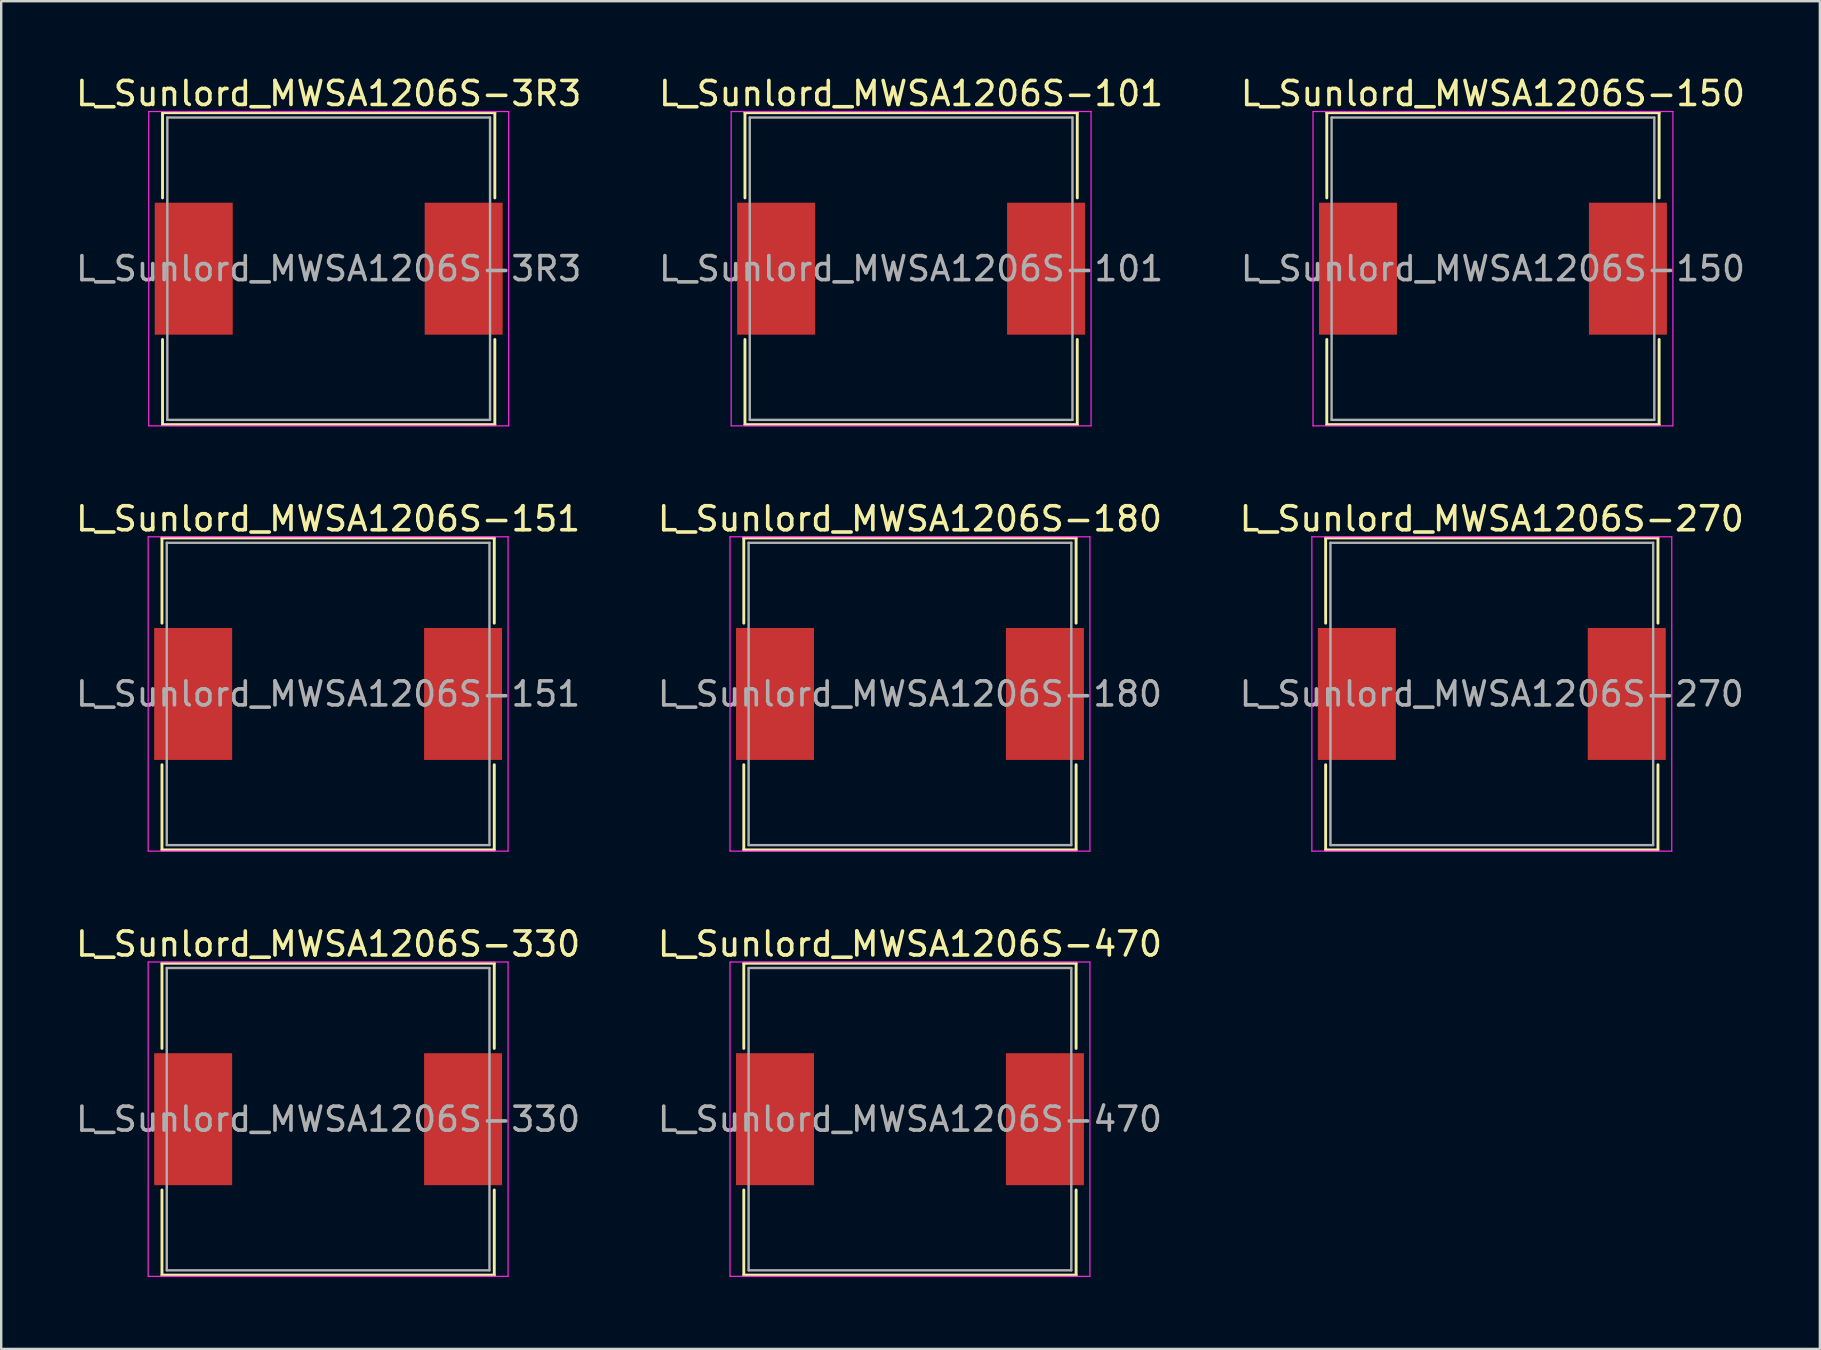
<source format=kicad_pcb>
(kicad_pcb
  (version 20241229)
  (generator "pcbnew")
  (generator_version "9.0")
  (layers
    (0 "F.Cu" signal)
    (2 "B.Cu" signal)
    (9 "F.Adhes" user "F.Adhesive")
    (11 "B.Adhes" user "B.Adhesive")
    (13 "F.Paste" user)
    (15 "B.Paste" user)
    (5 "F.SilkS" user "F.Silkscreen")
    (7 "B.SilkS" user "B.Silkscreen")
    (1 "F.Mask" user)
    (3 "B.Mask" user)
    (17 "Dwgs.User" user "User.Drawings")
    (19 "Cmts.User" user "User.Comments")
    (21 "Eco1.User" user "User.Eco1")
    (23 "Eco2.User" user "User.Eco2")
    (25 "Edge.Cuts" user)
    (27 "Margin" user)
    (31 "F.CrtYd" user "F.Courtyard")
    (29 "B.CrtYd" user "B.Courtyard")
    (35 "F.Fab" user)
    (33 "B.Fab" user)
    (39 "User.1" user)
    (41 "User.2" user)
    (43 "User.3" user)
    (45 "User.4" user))
  (footprint "L_Sunlord_MWSA1206S-151"
    (layer "F.Cu")
    (at 10.625 25.872)
    (property "Reference" "L_Sunlord_MWSA1206S-151" (at 0 -7.3 0) (layer "F.SilkS") (effects (font (size 1 1) (thickness 0.15))))
    (attr smd)
    (fp_line (start -6.925 -6.5) (end -6.925 -2.95) (stroke (width 0.12) (type solid)) (layer "F.SilkS"))
    (fp_line (start -6.925 -6.5) (end 6.925 -6.5) (stroke (width 0.12) (type solid)) (layer "F.SilkS"))
    (fp_line (start -6.925 6.5) (end -6.925 2.95) (stroke (width 0.12) (type solid)) (layer "F.SilkS"))
    (fp_line (start -6.925 6.5) (end 6.925 6.5) (stroke (width 0.12) (type solid)) (layer "F.SilkS"))
    (fp_line (start 6.925 -6.5) (end 6.925 -2.95) (stroke (width 0.12) (type solid)) (layer "F.SilkS"))
    (fp_line (start 6.925 6.5) (end 6.925 2.95) (stroke (width 0.12) (type solid)) (layer "F.SilkS"))
    (fp_line (start -7.5 -6.55) (end -7.5 6.55) (stroke (width 0.05) (type solid)) (layer "F.CrtYd"))
    (fp_line (start -7.5 6.55) (end 7.5 6.55) (stroke (width 0.05) (type solid)) (layer "F.CrtYd"))
    (fp_line (start 7.5 -6.55) (end -7.5 -6.55) (stroke (width 0.05) (type solid)) (layer "F.CrtYd"))
    (fp_line (start 7.5 6.55) (end 7.5 -6.55) (stroke (width 0.05) (type solid)) (layer "F.CrtYd"))
    (fp_line (start -6.725 -6.3) (end -6.725 6.3) (stroke (width 0.1) (type solid)) (layer "F.Fab"))
    (fp_line (start -6.725 6.3) (end 6.725 6.3) (stroke (width 0.1) (type solid)) (layer "F.Fab"))
    (fp_line (start 6.725 -6.3) (end -6.725 -6.3) (stroke (width 0.1) (type solid)) (layer "F.Fab"))
    (fp_line (start 6.725 6.3) (end 6.725 -6.3) (stroke (width 0.1) (type solid)) (layer "F.Fab"))
    (fp_text user "${REFERENCE}" (at 0 0 0) (layer "F.Fab") (effects (font (size 1 1) (thickness 0.15))))
    (pad "1" smd rect (at -5.625 0) (size 3.25 5.5) (layers "F.Cu" "F.Mask" "F.Paste"))
    (pad "2" smd rect (at 5.625 0) (size 3.25 5.5) (layers "F.Cu" "F.Mask" "F.Paste")))
  (footprint "L_Sunlord_MWSA1206S-150"
    (layer "F.Cu")
    (at 59.173 8.148)
    (property "Reference" "L_Sunlord_MWSA1206S-150" (at 0 -7.3 0) (layer "F.SilkS") (effects (font (size 1 1) (thickness 0.15))))
    (attr smd)
    (fp_line (start -6.925 -6.5) (end -6.925 -2.95) (stroke (width 0.12) (type solid)) (layer "F.SilkS"))
    (fp_line (start -6.925 -6.5) (end 6.925 -6.5) (stroke (width 0.12) (type solid)) (layer "F.SilkS"))
    (fp_line (start -6.925 6.5) (end -6.925 2.95) (stroke (width 0.12) (type solid)) (layer "F.SilkS"))
    (fp_line (start -6.925 6.5) (end 6.925 6.5) (stroke (width 0.12) (type solid)) (layer "F.SilkS"))
    (fp_line (start 6.925 -6.5) (end 6.925 -2.95) (stroke (width 0.12) (type solid)) (layer "F.SilkS"))
    (fp_line (start 6.925 6.5) (end 6.925 2.95) (stroke (width 0.12) (type solid)) (layer "F.SilkS"))
    (fp_line (start -7.5 -6.55) (end -7.5 6.55) (stroke (width 0.05) (type solid)) (layer "F.CrtYd"))
    (fp_line (start -7.5 6.55) (end 7.5 6.55) (stroke (width 0.05) (type solid)) (layer "F.CrtYd"))
    (fp_line (start 7.5 -6.55) (end -7.5 -6.55) (stroke (width 0.05) (type solid)) (layer "F.CrtYd"))
    (fp_line (start 7.5 6.55) (end 7.5 -6.55) (stroke (width 0.05) (type solid)) (layer "F.CrtYd"))
    (fp_line (start -6.725 -6.3) (end -6.725 6.3) (stroke (width 0.1) (type solid)) (layer "F.Fab"))
    (fp_line (start -6.725 6.3) (end 6.725 6.3) (stroke (width 0.1) (type solid)) (layer "F.Fab"))
    (fp_line (start 6.725 -6.3) (end -6.725 -6.3) (stroke (width 0.1) (type solid)) (layer "F.Fab"))
    (fp_line (start 6.725 6.3) (end 6.725 -6.3) (stroke (width 0.1) (type solid)) (layer "F.Fab"))
    (fp_text user "${REFERENCE}" (at 0 0 0) (layer "F.Fab") (effects (font (size 1 1) (thickness 0.15))))
    (pad "1" smd rect (at -5.625 0) (size 3.25 5.5) (layers "F.Cu" "F.Mask" "F.Paste"))
    (pad "2" smd rect (at 5.625 0) (size 3.25 5.5) (layers "F.Cu" "F.Mask" "F.Paste")))
  (footprint "L_Sunlord_MWSA1206S-330"
    (layer "F.Cu")
    (at 10.625 43.595)
    (property "Reference" "L_Sunlord_MWSA1206S-330" (at 0 -7.3 0) (layer "F.SilkS") (effects (font (size 1 1) (thickness 0.15))))
    (attr smd)
    (fp_line (start -6.925 -6.5) (end -6.925 -2.95) (stroke (width 0.12) (type solid)) (layer "F.SilkS"))
    (fp_line (start -6.925 -6.5) (end 6.925 -6.5) (stroke (width 0.12) (type solid)) (layer "F.SilkS"))
    (fp_line (start -6.925 6.5) (end -6.925 2.95) (stroke (width 0.12) (type solid)) (layer "F.SilkS"))
    (fp_line (start -6.925 6.5) (end 6.925 6.5) (stroke (width 0.12) (type solid)) (layer "F.SilkS"))
    (fp_line (start 6.925 -6.5) (end 6.925 -2.95) (stroke (width 0.12) (type solid)) (layer "F.SilkS"))
    (fp_line (start 6.925 6.5) (end 6.925 2.95) (stroke (width 0.12) (type solid)) (layer "F.SilkS"))
    (fp_line (start -7.5 -6.55) (end -7.5 6.55) (stroke (width 0.05) (type solid)) (layer "F.CrtYd"))
    (fp_line (start -7.5 6.55) (end 7.5 6.55) (stroke (width 0.05) (type solid)) (layer "F.CrtYd"))
    (fp_line (start 7.5 -6.55) (end -7.5 -6.55) (stroke (width 0.05) (type solid)) (layer "F.CrtYd"))
    (fp_line (start 7.5 6.55) (end 7.5 -6.55) (stroke (width 0.05) (type solid)) (layer "F.CrtYd"))
    (fp_line (start -6.725 -6.3) (end -6.725 6.3) (stroke (width 0.1) (type solid)) (layer "F.Fab"))
    (fp_line (start -6.725 6.3) (end 6.725 6.3) (stroke (width 0.1) (type solid)) (layer "F.Fab"))
    (fp_line (start 6.725 -6.3) (end -6.725 -6.3) (stroke (width 0.1) (type solid)) (layer "F.Fab"))
    (fp_line (start 6.725 6.3) (end 6.725 -6.3) (stroke (width 0.1) (type solid)) (layer "F.Fab"))
    (fp_text user "${REFERENCE}" (at 0 0 0) (layer "F.Fab") (effects (font (size 1 1) (thickness 0.15))))
    (pad "1" smd rect (at -5.625 0) (size 3.25 5.5) (layers "F.Cu" "F.Mask" "F.Paste"))
    (pad "2" smd rect (at 5.625 0) (size 3.25 5.5) (layers "F.Cu" "F.Mask" "F.Paste")))
  (footprint "L_Sunlord_MWSA1206S-470"
    (layer "F.Cu")
    (at 34.875 43.595)
    (property "Reference" "L_Sunlord_MWSA1206S-470" (at 0 -7.3 0) (layer "F.SilkS") (effects (font (size 1 1) (thickness 0.15))))
    (attr smd)
    (fp_line (start -6.925 -6.5) (end -6.925 -2.95) (stroke (width 0.12) (type solid)) (layer "F.SilkS"))
    (fp_line (start -6.925 -6.5) (end 6.925 -6.5) (stroke (width 0.12) (type solid)) (layer "F.SilkS"))
    (fp_line (start -6.925 6.5) (end -6.925 2.95) (stroke (width 0.12) (type solid)) (layer "F.SilkS"))
    (fp_line (start -6.925 6.5) (end 6.925 6.5) (stroke (width 0.12) (type solid)) (layer "F.SilkS"))
    (fp_line (start 6.925 -6.5) (end 6.925 -2.95) (stroke (width 0.12) (type solid)) (layer "F.SilkS"))
    (fp_line (start 6.925 6.5) (end 6.925 2.95) (stroke (width 0.12) (type solid)) (layer "F.SilkS"))
    (fp_line (start -7.5 -6.55) (end -7.5 6.55) (stroke (width 0.05) (type solid)) (layer "F.CrtYd"))
    (fp_line (start -7.5 6.55) (end 7.5 6.55) (stroke (width 0.05) (type solid)) (layer "F.CrtYd"))
    (fp_line (start 7.5 -6.55) (end -7.5 -6.55) (stroke (width 0.05) (type solid)) (layer "F.CrtYd"))
    (fp_line (start 7.5 6.55) (end 7.5 -6.55) (stroke (width 0.05) (type solid)) (layer "F.CrtYd"))
    (fp_line (start -6.725 -6.3) (end -6.725 6.3) (stroke (width 0.1) (type solid)) (layer "F.Fab"))
    (fp_line (start -6.725 6.3) (end 6.725 6.3) (stroke (width 0.1) (type solid)) (layer "F.Fab"))
    (fp_line (start 6.725 -6.3) (end -6.725 -6.3) (stroke (width 0.1) (type solid)) (layer "F.Fab"))
    (fp_line (start 6.725 6.3) (end 6.725 -6.3) (stroke (width 0.1) (type solid)) (layer "F.Fab"))
    (fp_text user "${REFERENCE}" (at 0 0 0) (layer "F.Fab") (effects (font (size 1 1) (thickness 0.15))))
    (pad "1" smd rect (at -5.625 0) (size 3.25 5.5) (layers "F.Cu" "F.Mask" "F.Paste"))
    (pad "2" smd rect (at 5.625 0) (size 3.25 5.5) (layers "F.Cu" "F.Mask" "F.Paste")))
  (footprint "L_Sunlord_MWSA1206S-101"
    (layer "F.Cu")
    (at 34.923 8.148)
    (property "Reference" "L_Sunlord_MWSA1206S-101" (at 0 -7.3 0) (layer "F.SilkS") (effects (font (size 1 1) (thickness 0.15))))
    (attr smd)
    (fp_line (start -6.925 -6.5) (end -6.925 -2.95) (stroke (width 0.12) (type solid)) (layer "F.SilkS"))
    (fp_line (start -6.925 -6.5) (end 6.925 -6.5) (stroke (width 0.12) (type solid)) (layer "F.SilkS"))
    (fp_line (start -6.925 6.5) (end -6.925 2.95) (stroke (width 0.12) (type solid)) (layer "F.SilkS"))
    (fp_line (start -6.925 6.5) (end 6.925 6.5) (stroke (width 0.12) (type solid)) (layer "F.SilkS"))
    (fp_line (start 6.925 -6.5) (end 6.925 -2.95) (stroke (width 0.12) (type solid)) (layer "F.SilkS"))
    (fp_line (start 6.925 6.5) (end 6.925 2.95) (stroke (width 0.12) (type solid)) (layer "F.SilkS"))
    (fp_line (start -7.5 -6.55) (end -7.5 6.55) (stroke (width 0.05) (type solid)) (layer "F.CrtYd"))
    (fp_line (start -7.5 6.55) (end 7.5 6.55) (stroke (width 0.05) (type solid)) (layer "F.CrtYd"))
    (fp_line (start 7.5 -6.55) (end -7.5 -6.55) (stroke (width 0.05) (type solid)) (layer "F.CrtYd"))
    (fp_line (start 7.5 6.55) (end 7.5 -6.55) (stroke (width 0.05) (type solid)) (layer "F.CrtYd"))
    (fp_line (start -6.725 -6.3) (end -6.725 6.3) (stroke (width 0.1) (type solid)) (layer "F.Fab"))
    (fp_line (start -6.725 6.3) (end 6.725 6.3) (stroke (width 0.1) (type solid)) (layer "F.Fab"))
    (fp_line (start 6.725 -6.3) (end -6.725 -6.3) (stroke (width 0.1) (type solid)) (layer "F.Fab"))
    (fp_line (start 6.725 6.3) (end 6.725 -6.3) (stroke (width 0.1) (type solid)) (layer "F.Fab"))
    (fp_text user "${REFERENCE}" (at 0 0 0) (layer "F.Fab") (effects (font (size 1 1) (thickness 0.15))))
    (pad "1" smd rect (at -5.625 0) (size 3.25 5.5) (layers "F.Cu" "F.Mask" "F.Paste"))
    (pad "2" smd rect (at 5.625 0) (size 3.25 5.5) (layers "F.Cu" "F.Mask" "F.Paste")))
  (footprint "L_Sunlord_MWSA1206S-180"
    (layer "F.Cu")
    (at 34.875 25.872)
    (property "Reference" "L_Sunlord_MWSA1206S-180" (at 0 -7.3 0) (layer "F.SilkS") (effects (font (size 1 1) (thickness 0.15))))
    (attr smd)
    (fp_line (start -6.925 -6.5) (end -6.925 -2.95) (stroke (width 0.12) (type solid)) (layer "F.SilkS"))
    (fp_line (start -6.925 -6.5) (end 6.925 -6.5) (stroke (width 0.12) (type solid)) (layer "F.SilkS"))
    (fp_line (start -6.925 6.5) (end -6.925 2.95) (stroke (width 0.12) (type solid)) (layer "F.SilkS"))
    (fp_line (start -6.925 6.5) (end 6.925 6.5) (stroke (width 0.12) (type solid)) (layer "F.SilkS"))
    (fp_line (start 6.925 -6.5) (end 6.925 -2.95) (stroke (width 0.12) (type solid)) (layer "F.SilkS"))
    (fp_line (start 6.925 6.5) (end 6.925 2.95) (stroke (width 0.12) (type solid)) (layer "F.SilkS"))
    (fp_line (start -7.5 -6.55) (end -7.5 6.55) (stroke (width 0.05) (type solid)) (layer "F.CrtYd"))
    (fp_line (start -7.5 6.55) (end 7.5 6.55) (stroke (width 0.05) (type solid)) (layer "F.CrtYd"))
    (fp_line (start 7.5 -6.55) (end -7.5 -6.55) (stroke (width 0.05) (type solid)) (layer "F.CrtYd"))
    (fp_line (start 7.5 6.55) (end 7.5 -6.55) (stroke (width 0.05) (type solid)) (layer "F.CrtYd"))
    (fp_line (start -6.725 -6.3) (end -6.725 6.3) (stroke (width 0.1) (type solid)) (layer "F.Fab"))
    (fp_line (start -6.725 6.3) (end 6.725 6.3) (stroke (width 0.1) (type solid)) (layer "F.Fab"))
    (fp_line (start 6.725 -6.3) (end -6.725 -6.3) (stroke (width 0.1) (type solid)) (layer "F.Fab"))
    (fp_line (start 6.725 6.3) (end 6.725 -6.3) (stroke (width 0.1) (type solid)) (layer "F.Fab"))
    (fp_text user "${REFERENCE}" (at 0 0 0) (layer "F.Fab") (effects (font (size 1 1) (thickness 0.15))))
    (pad "1" smd rect (at -5.625 0) (size 3.25 5.5) (layers "F.Cu" "F.Mask" "F.Paste"))
    (pad "2" smd rect (at 5.625 0) (size 3.25 5.5) (layers "F.Cu" "F.Mask" "F.Paste")))
  (footprint "L_Sunlord_MWSA1206S-270"
    (layer "F.Cu")
    (at 59.125 25.872)
    (property "Reference" "L_Sunlord_MWSA1206S-270" (at 0 -7.3 0) (layer "F.SilkS") (effects (font (size 1 1) (thickness 0.15))))
    (attr smd)
    (fp_line (start -6.925 -6.5) (end -6.925 -2.95) (stroke (width 0.12) (type solid)) (layer "F.SilkS"))
    (fp_line (start -6.925 -6.5) (end 6.925 -6.5) (stroke (width 0.12) (type solid)) (layer "F.SilkS"))
    (fp_line (start -6.925 6.5) (end -6.925 2.95) (stroke (width 0.12) (type solid)) (layer "F.SilkS"))
    (fp_line (start -6.925 6.5) (end 6.925 6.5) (stroke (width 0.12) (type solid)) (layer "F.SilkS"))
    (fp_line (start 6.925 -6.5) (end 6.925 -2.95) (stroke (width 0.12) (type solid)) (layer "F.SilkS"))
    (fp_line (start 6.925 6.5) (end 6.925 2.95) (stroke (width 0.12) (type solid)) (layer "F.SilkS"))
    (fp_line (start -7.5 -6.55) (end -7.5 6.55) (stroke (width 0.05) (type solid)) (layer "F.CrtYd"))
    (fp_line (start -7.5 6.55) (end 7.5 6.55) (stroke (width 0.05) (type solid)) (layer "F.CrtYd"))
    (fp_line (start 7.5 -6.55) (end -7.5 -6.55) (stroke (width 0.05) (type solid)) (layer "F.CrtYd"))
    (fp_line (start 7.5 6.55) (end 7.5 -6.55) (stroke (width 0.05) (type solid)) (layer "F.CrtYd"))
    (fp_line (start -6.725 -6.3) (end -6.725 6.3) (stroke (width 0.1) (type solid)) (layer "F.Fab"))
    (fp_line (start -6.725 6.3) (end 6.725 6.3) (stroke (width 0.1) (type solid)) (layer "F.Fab"))
    (fp_line (start 6.725 -6.3) (end -6.725 -6.3) (stroke (width 0.1) (type solid)) (layer "F.Fab"))
    (fp_line (start 6.725 6.3) (end 6.725 -6.3) (stroke (width 0.1) (type solid)) (layer "F.Fab"))
    (fp_text user "${REFERENCE}" (at 0 0 0) (layer "F.Fab") (effects (font (size 1 1) (thickness 0.15))))
    (pad "1" smd rect (at -5.625 0) (size 3.25 5.5) (layers "F.Cu" "F.Mask" "F.Paste"))
    (pad "2" smd rect (at 5.625 0) (size 3.25 5.5) (layers "F.Cu" "F.Mask" "F.Paste")))
  (footprint "L_Sunlord_MWSA1206S-3R3"
    (layer "F.Cu")
    (at 10.649 8.148)
    (property "Reference" "L_Sunlord_MWSA1206S-3R3" (at 0 -7.3 0) (layer "F.SilkS") (effects (font (size 1 1) (thickness 0.15))))
    (attr smd)
    (fp_line (start -6.925 -6.5) (end -6.925 -2.95) (stroke (width 0.12) (type solid)) (layer "F.SilkS"))
    (fp_line (start -6.925 -6.5) (end 6.925 -6.5) (stroke (width 0.12) (type solid)) (layer "F.SilkS"))
    (fp_line (start -6.925 6.5) (end -6.925 2.95) (stroke (width 0.12) (type solid)) (layer "F.SilkS"))
    (fp_line (start -6.925 6.5) (end 6.925 6.5) (stroke (width 0.12) (type solid)) (layer "F.SilkS"))
    (fp_line (start 6.925 -6.5) (end 6.925 -2.95) (stroke (width 0.12) (type solid)) (layer "F.SilkS"))
    (fp_line (start 6.925 6.5) (end 6.925 2.95) (stroke (width 0.12) (type solid)) (layer "F.SilkS"))
    (fp_line (start -7.5 -6.55) (end -7.5 6.55) (stroke (width 0.05) (type solid)) (layer "F.CrtYd"))
    (fp_line (start -7.5 6.55) (end 7.5 6.55) (stroke (width 0.05) (type solid)) (layer "F.CrtYd"))
    (fp_line (start 7.5 -6.55) (end -7.5 -6.55) (stroke (width 0.05) (type solid)) (layer "F.CrtYd"))
    (fp_line (start 7.5 6.55) (end 7.5 -6.55) (stroke (width 0.05) (type solid)) (layer "F.CrtYd"))
    (fp_line (start -6.725 -6.3) (end -6.725 6.3) (stroke (width 0.1) (type solid)) (layer "F.Fab"))
    (fp_line (start -6.725 6.3) (end 6.725 6.3) (stroke (width 0.1) (type solid)) (layer "F.Fab"))
    (fp_line (start 6.725 -6.3) (end -6.725 -6.3) (stroke (width 0.1) (type solid)) (layer "F.Fab"))
    (fp_line (start 6.725 6.3) (end 6.725 -6.3) (stroke (width 0.1) (type solid)) (layer "F.Fab"))
    (fp_text user "${REFERENCE}" (at 0 0 0) (layer "F.Fab") (effects (font (size 1 1) (thickness 0.15))))
    (pad "1" smd rect (at -5.625 0) (size 3.25 5.5) (layers "F.Cu" "F.Mask" "F.Paste"))
    (pad "2" smd rect (at 5.625 0) (size 3.25 5.5) (layers "F.Cu" "F.Mask" "F.Paste")))
  (gr_rect
    (start -3 -3)
    (end 72.798 53.17)
    (stroke (width 0.1) (type default))
    (fill no)
    (layer "Edge.Cuts")))
</source>
